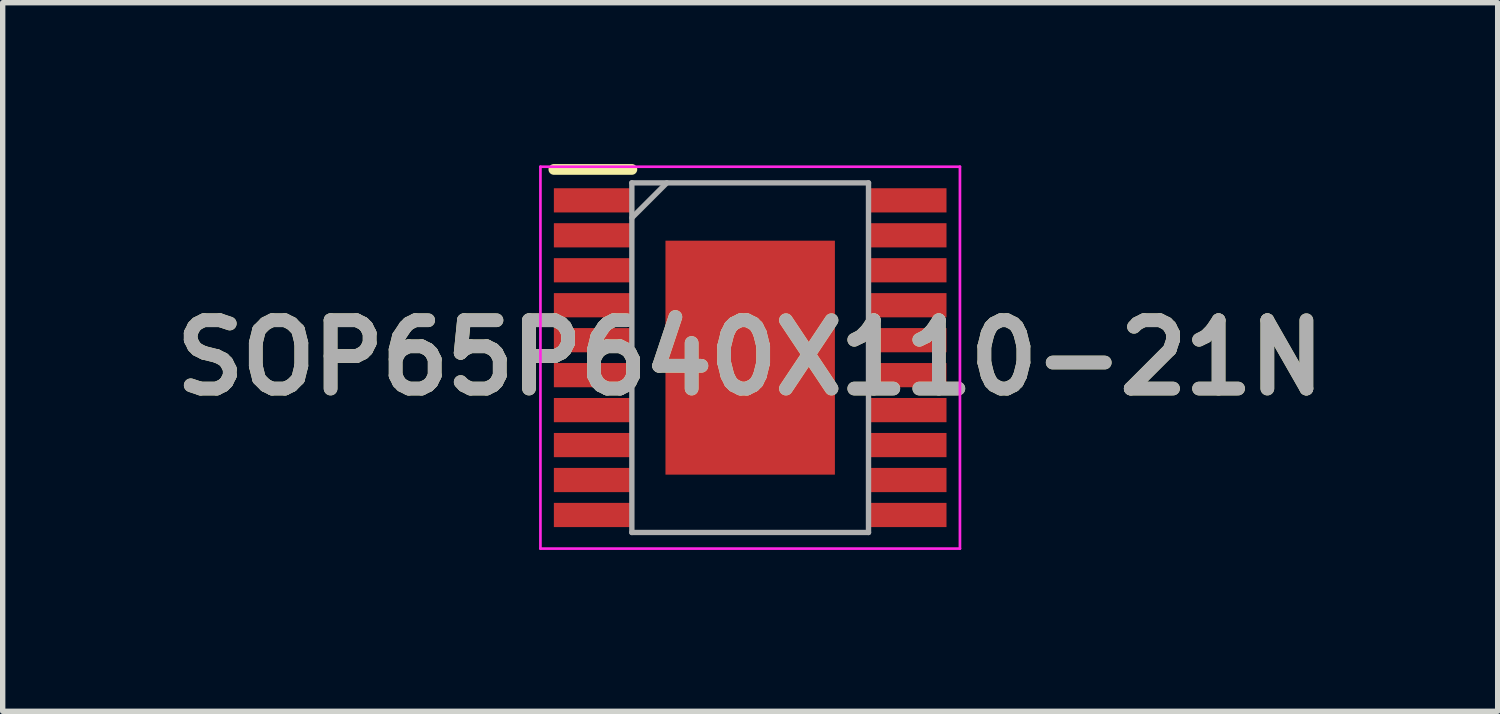
<source format=kicad_pcb>
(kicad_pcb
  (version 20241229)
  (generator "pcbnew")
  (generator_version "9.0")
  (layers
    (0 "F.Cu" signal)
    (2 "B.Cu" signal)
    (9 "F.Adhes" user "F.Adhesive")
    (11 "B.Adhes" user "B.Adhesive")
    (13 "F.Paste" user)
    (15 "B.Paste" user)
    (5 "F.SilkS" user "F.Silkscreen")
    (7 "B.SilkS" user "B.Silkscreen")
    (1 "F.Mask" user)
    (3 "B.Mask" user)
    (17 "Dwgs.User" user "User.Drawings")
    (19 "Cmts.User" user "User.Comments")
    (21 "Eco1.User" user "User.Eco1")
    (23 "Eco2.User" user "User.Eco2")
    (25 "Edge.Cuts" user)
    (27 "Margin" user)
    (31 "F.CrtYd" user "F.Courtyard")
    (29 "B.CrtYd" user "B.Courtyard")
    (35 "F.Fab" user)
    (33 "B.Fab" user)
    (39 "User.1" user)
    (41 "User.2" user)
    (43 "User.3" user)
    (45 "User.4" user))
  (footprint "SOP65P640X110-21N"
    (layer "F.Cu")
    (at 10.898 3.6)
    (property "Reference" "SOP65P640X110-21N" (at 0 0 0) (layer "F.SilkS") (effects (font (size 1.27 1.27) (thickness 0.254))))
    (attr smd)
    (fp_line (start -3.65 -3.5) (end -2.2 -3.5) (stroke (width 0.2) (type solid)) (layer "F.SilkS"))
    (fp_line (start -3.9 -3.55) (end 3.9 -3.55) (stroke (width 0.05) (type solid)) (layer "F.CrtYd"))
    (fp_line (start -3.9 3.55) (end -3.9 -3.55) (stroke (width 0.05) (type solid)) (layer "F.CrtYd"))
    (fp_line (start 3.9 -3.55) (end 3.9 3.55) (stroke (width 0.05) (type solid)) (layer "F.CrtYd"))
    (fp_line (start 3.9 3.55) (end -3.9 3.55) (stroke (width 0.05) (type solid)) (layer "F.CrtYd"))
    (fp_line (start -2.2 -3.25) (end 2.2 -3.25) (stroke (width 0.1) (type solid)) (layer "F.Fab"))
    (fp_line (start -2.2 -2.6) (end -1.55 -3.25) (stroke (width 0.1) (type solid)) (layer "F.Fab"))
    (fp_line (start -2.2 3.25) (end -2.2 -3.25) (stroke (width 0.1) (type solid)) (layer "F.Fab"))
    (fp_line (start 2.2 -3.25) (end 2.2 3.25) (stroke (width 0.1) (type solid)) (layer "F.Fab"))
    (fp_line (start 2.2 3.25) (end -2.2 3.25) (stroke (width 0.1) (type solid)) (layer "F.Fab"))
    (fp_text user "${REFERENCE}" (at 0 0 0) (layer "F.Fab") (effects (font (size 1.27 1.27) (thickness 0.254))))
    (pad "1" smd rect (at -2.925 -2.925 90) (size 0.45 1.45) (layers "F.Cu" "F.Mask" "F.Paste"))
    (pad "2" smd rect (at -2.925 -2.275 90) (size 0.45 1.45) (layers "F.Cu" "F.Mask" "F.Paste"))
    (pad "3" smd rect (at -2.925 -1.625 90) (size 0.45 1.45) (layers "F.Cu" "F.Mask" "F.Paste"))
    (pad "4" smd rect (at -2.925 -0.975 90) (size 0.45 1.45) (layers "F.Cu" "F.Mask" "F.Paste"))
    (pad "5" smd rect (at -2.925 -0.325 90) (size 0.45 1.45) (layers "F.Cu" "F.Mask" "F.Paste"))
    (pad "6" smd rect (at -2.925 0.325 90) (size 0.45 1.45) (layers "F.Cu" "F.Mask" "F.Paste"))
    (pad "7" smd rect (at -2.925 0.975 90) (size 0.45 1.45) (layers "F.Cu" "F.Mask" "F.Paste"))
    (pad "8" smd rect (at -2.925 1.625 90) (size 0.45 1.45) (layers "F.Cu" "F.Mask" "F.Paste"))
    (pad "9" smd rect (at -2.925 2.275 90) (size 0.45 1.45) (layers "F.Cu" "F.Mask" "F.Paste"))
    (pad "10" smd rect (at -2.925 2.925 90) (size 0.45 1.45) (layers "F.Cu" "F.Mask" "F.Paste"))
    (pad "11" smd rect (at 2.925 2.925 90) (size 0.45 1.45) (layers "F.Cu" "F.Mask" "F.Paste"))
    (pad "12" smd rect (at 2.925 2.275 90) (size 0.45 1.45) (layers "F.Cu" "F.Mask" "F.Paste"))
    (pad "13" smd rect (at 2.925 1.625 90) (size 0.45 1.45) (layers "F.Cu" "F.Mask" "F.Paste"))
    (pad "14" smd rect (at 2.925 0.975 90) (size 0.45 1.45) (layers "F.Cu" "F.Mask" "F.Paste"))
    (pad "15" smd rect (at 2.925 0.325 90) (size 0.45 1.45) (layers "F.Cu" "F.Mask" "F.Paste"))
    (pad "16" smd rect (at 2.925 -0.325 90) (size 0.45 1.45) (layers "F.Cu" "F.Mask" "F.Paste"))
    (pad "17" smd rect (at 2.925 -0.975 90) (size 0.45 1.45) (layers "F.Cu" "F.Mask" "F.Paste"))
    (pad "18" smd rect (at 2.925 -1.625 90) (size 0.45 1.45) (layers "F.Cu" "F.Mask" "F.Paste"))
    (pad "19" smd rect (at 2.925 -2.275 90) (size 0.45 1.45) (layers "F.Cu" "F.Mask" "F.Paste"))
    (pad "20" smd rect (at 2.925 -2.925 90) (size 0.45 1.45) (layers "F.Cu" "F.Mask" "F.Paste"))
    (pad "21" smd rect (at 0 0) (size 3.15 4.35) (layers "F.Cu" "F.Mask" "F.Paste")))
  (gr_rect
    (start -3 -3)
    (end 24.796 10.175)
    (stroke (width 0.1) (type default))
    (fill no)
    (layer "Edge.Cuts")))
</source>
